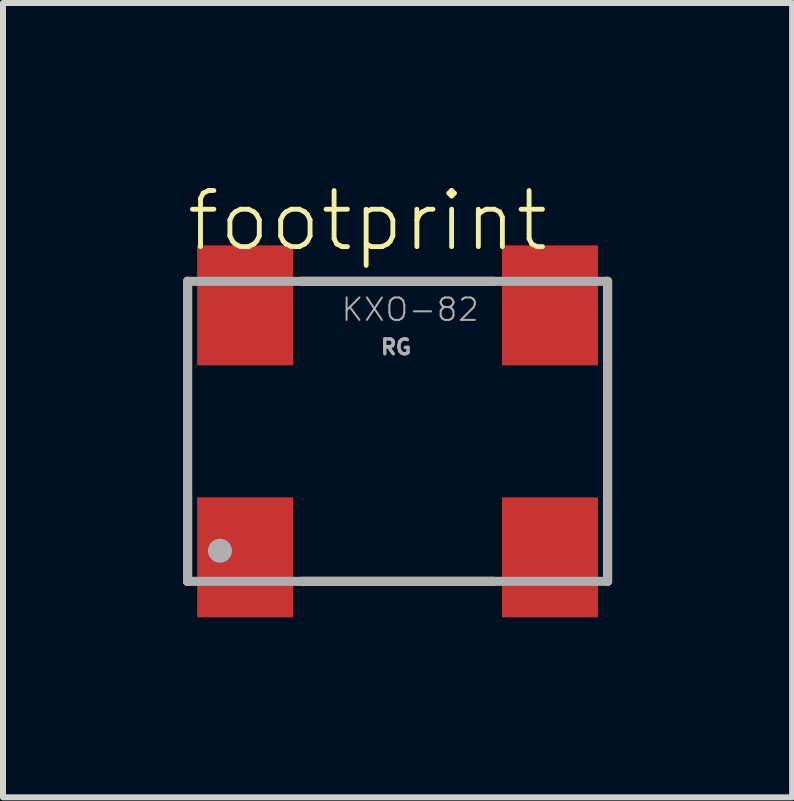
<source format=kicad_pcb>
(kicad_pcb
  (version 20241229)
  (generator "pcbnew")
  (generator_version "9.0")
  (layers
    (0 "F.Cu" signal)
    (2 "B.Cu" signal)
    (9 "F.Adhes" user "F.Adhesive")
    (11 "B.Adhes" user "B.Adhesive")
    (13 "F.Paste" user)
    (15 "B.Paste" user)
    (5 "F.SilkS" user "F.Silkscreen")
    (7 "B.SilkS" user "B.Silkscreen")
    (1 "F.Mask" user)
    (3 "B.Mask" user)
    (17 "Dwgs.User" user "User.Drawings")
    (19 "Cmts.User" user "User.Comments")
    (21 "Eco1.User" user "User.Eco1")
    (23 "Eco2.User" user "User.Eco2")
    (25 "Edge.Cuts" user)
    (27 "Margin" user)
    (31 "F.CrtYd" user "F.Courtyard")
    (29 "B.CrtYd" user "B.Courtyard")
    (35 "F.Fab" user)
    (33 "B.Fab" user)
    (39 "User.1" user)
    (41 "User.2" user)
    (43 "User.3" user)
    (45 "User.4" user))
  (footprint "footprint"
    (layer "F.Cu")
    (at 3.576 4.139)
    (property "Reference" "footprint" (at -3.56 -2.96 0) (layer "F.SilkS") (effects (font (size 0.935 0.935) (thickness 0.081)) (justify left bottom)))
    (fp_line (start -3.5 2.5) (end -3.5 -2.5) (stroke (width 0.152) (type solid)) (layer "F.SilkS"))
    (fp_line (start -1.6 -2.5) (end 1.6 -2.5) (stroke (width 0.152) (type solid)) (layer "F.SilkS"))
    (fp_line (start -1.6 2.5) (end 1.6 2.5) (stroke (width 0.152) (type solid)) (layer "F.SilkS"))
    (fp_line (start 3.5 2.5) (end 3.5 -2.5) (stroke (width 0.152) (type solid)) (layer "F.SilkS"))
    (fp_line (start -3.5 -2.5) (end -3.5 2.5) (stroke (width 0.152) (type solid)) (layer "F.Fab"))
    (fp_line (start -3.5 2.5) (end 3.5 2.5) (stroke (width 0.152) (type solid)) (layer "F.Fab"))
    (fp_line (start 3.5 -2.5) (end -3.5 -2.5) (stroke (width 0.152) (type solid)) (layer "F.Fab"))
    (fp_line (start 3.5 2.5) (end 3.5 -2.5) (stroke (width 0.152) (type solid)) (layer "F.Fab"))
    (fp_circle (center -2.96 1.99) (end -2.86 1.99) (stroke (width 0.2) (type solid)) (fill no) (layer "F.Fab"))
    (fp_text user "KXO-82" (at -0.96 -1.81 0) (layer "F.Fab") (effects (font (size 0.374 0.374) (thickness 0.033)) (justify left bottom)))
    (fp_text user "RG" (at -0.31 -1.26 0) (layer "F.Fab") (effects (font (size 0.247 0.247) (thickness 0.058)) (justify left bottom)))
    (pad "1" smd rect (at -2.54 2.1) (size 1.6 2) (layers "F.Cu" "F.Mask" "F.Paste"))
    (pad "2" smd rect (at 2.54 2.1) (size 1.6 2) (layers "F.Cu" "F.Mask" "F.Paste"))
    (pad "3" smd rect (at 2.54 -2.1) (size 1.6 2) (layers "F.Cu" "F.Mask" "F.Paste"))
    (pad "4" smd rect (at -2.54 -2.1) (size 1.6 2) (layers "F.Cu" "F.Mask" "F.Paste")))
  (gr_rect
    (start -3 -3)
    (end 10.152 10.239)
    (stroke (width 0.1) (type default))
    (fill no)
    (layer "Edge.Cuts")))
</source>
